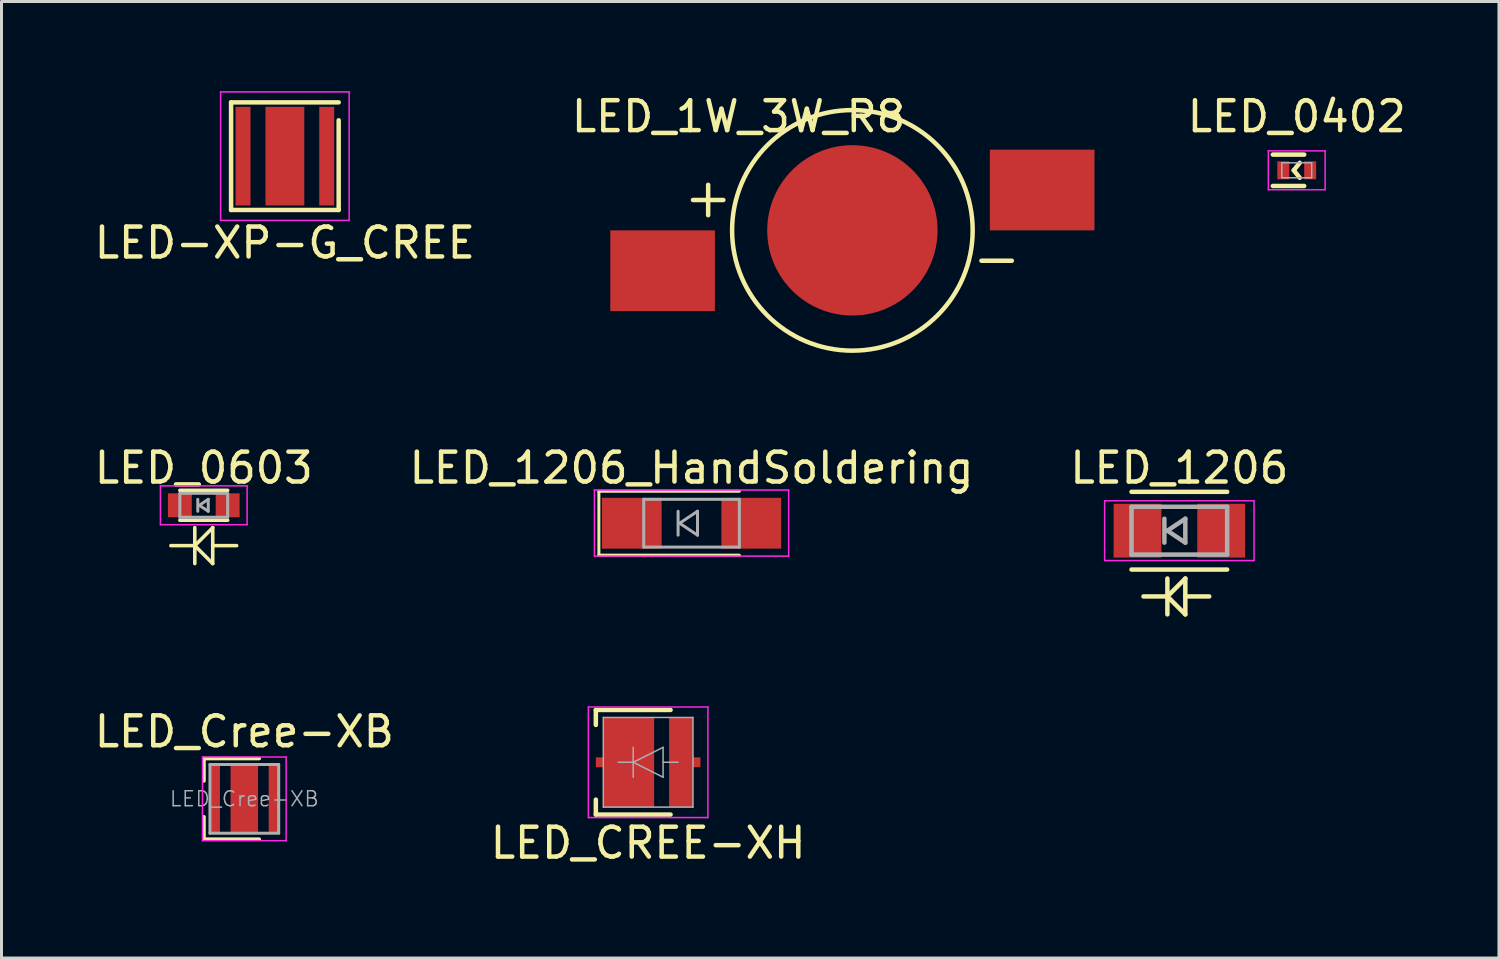
<source format=kicad_pcb>
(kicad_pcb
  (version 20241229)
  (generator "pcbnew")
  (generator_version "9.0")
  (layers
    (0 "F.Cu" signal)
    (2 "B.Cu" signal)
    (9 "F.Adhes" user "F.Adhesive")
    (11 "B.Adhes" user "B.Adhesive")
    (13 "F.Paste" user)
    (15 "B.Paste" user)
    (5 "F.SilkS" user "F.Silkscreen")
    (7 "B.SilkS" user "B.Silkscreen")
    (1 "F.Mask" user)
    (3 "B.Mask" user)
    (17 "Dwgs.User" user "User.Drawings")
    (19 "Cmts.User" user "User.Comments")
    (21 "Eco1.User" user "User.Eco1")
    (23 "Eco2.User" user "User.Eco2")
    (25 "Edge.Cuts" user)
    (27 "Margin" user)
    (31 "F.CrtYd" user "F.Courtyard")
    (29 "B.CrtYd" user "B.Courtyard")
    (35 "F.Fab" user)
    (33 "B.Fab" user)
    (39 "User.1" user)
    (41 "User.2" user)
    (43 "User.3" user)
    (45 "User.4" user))
  (footprint "LED_1W_3W_R8"
    (layer "F.Cu")
    (at 25.471 4.658)
    (property "Reference" "LED_1W_3W_R8" (at -3.81 -3.81 0) (layer "F.SilkS") (effects (font (size 1 1) (thickness 0.15))))
    (attr through_hole)
    (fp_line (start -5.334 -1.016) (end -4.318 -1.016) (stroke (width 0.15) (type solid)) (layer "F.SilkS"))
    (fp_line (start -4.826 -0.508) (end -4.826 -1.524) (stroke (width 0.15) (type solid)) (layer "F.SilkS"))
    (fp_line (start 4.318 1.016) (end 5.334 1.016) (stroke (width 0.15) (type solid)) (layer "F.SilkS"))
    (fp_circle (center 0 0) (end 4.025 0) (stroke (width 0.15) (type solid)) (fill no) (layer "F.SilkS"))
    (pad "1" smd rect (at 6.35 -1.35) (size 3.5 2.7) (layers "F.Cu" "F.Mask" "F.Paste"))
    (pad "2" smd rect (at -6.35 1.35) (size 3.5 2.7) (layers "F.Cu" "F.Mask" "F.Paste"))
    (pad "3" smd circle (at 0 0) (size 5.7 5.7) (layers "F.Cu" "F.Mask" "F.Paste")))
  (footprint "LED_1206_HandSoldering"
    (layer "F.Cu")
    (at 20.089 14.457)
    (property "Reference" "LED_1206_HandSoldering" (at 0 -1.85 0) (layer "F.SilkS") (effects (font (size 1 1) (thickness 0.15))))
    (attr smd)
    (fp_line (start -3.1 -1.07) (end -3.1 1.07) (stroke (width 0.1) (type solid)) (layer "F.SilkS"))
    (fp_line (start -3.1 -1.07) (end 1.6 -1.07) (stroke (width 0.1) (type solid)) (layer "F.SilkS"))
    (fp_line (start -3.1 1.07) (end 1.6 1.07) (stroke (width 0.1) (type solid)) (layer "F.SilkS"))
    (fp_line (start -3.25 -1.11) (end -3.25 1.1) (stroke (width 0.05) (type solid)) (layer "F.CrtYd"))
    (fp_line (start -3.25 -1.11) (end 3.25 -1.11) (stroke (width 0.05) (type solid)) (layer "F.CrtYd"))
    (fp_line (start 3.25 1.1) (end -3.25 1.1) (stroke (width 0.05) (type solid)) (layer "F.CrtYd"))
    (fp_line (start 3.25 1.1) (end 3.25 -1.11) (stroke (width 0.05) (type solid)) (layer "F.CrtYd"))
    (fp_line (start -1.6 -0.8) (end 1.6 -0.8) (stroke (width 0.1) (type solid)) (layer "F.Fab"))
    (fp_line (start -1.6 0.8) (end -1.6 -0.8) (stroke (width 0.1) (type solid)) (layer "F.Fab"))
    (fp_line (start -0.45 -0.4) (end -0.45 0.4) (stroke (width 0.1) (type solid)) (layer "F.Fab"))
    (fp_line (start -0.4 0) (end 0.2 -0.4) (stroke (width 0.1) (type solid)) (layer "F.Fab"))
    (fp_line (start 0.2 -0.4) (end 0.2 0.4) (stroke (width 0.1) (type solid)) (layer "F.Fab"))
    (fp_line (start 0.2 0.4) (end -0.4 0) (stroke (width 0.1) (type solid)) (layer "F.Fab"))
    (fp_line (start 1.6 -0.8) (end 1.6 0.8) (stroke (width 0.1) (type solid)) (layer "F.Fab"))
    (fp_line (start 1.6 0.8) (end -1.6 0.8) (stroke (width 0.1) (type solid)) (layer "F.Fab"))
    (pad "1" smd rect (at -2 0) (size 2 1.7) (layers "F.Cu" "F.Mask" "F.Paste"))
    (pad "2" smd rect (at 2 0) (size 2 1.7) (layers "F.Cu" "F.Mask" "F.Paste")))
  (footprint "LED_0402"
    (layer "F.Cu")
    (at 40.339 2.648)
    (property "Reference" "LED_0402" (at 0 -1.8 0) (layer "F.SilkS") (effects (font (size 1 1) (thickness 0.15))))
    (attr smd)
    (fp_line (start -0.1 0) (end 0.1 0.25) (stroke (width 0.15) (type solid)) (layer "F.SilkS"))
    (fp_line (start 0.1 -0.25) (end -0.1 0) (stroke (width 0.15) (type solid)) (layer "F.SilkS"))
    (fp_line (start 0.25 -0.525) (end -0.8 -0.525) (stroke (width 0.15) (type solid)) (layer "F.SilkS"))
    (fp_line (start 0.25 0.525) (end -0.8 0.525) (stroke (width 0.15) (type solid)) (layer "F.SilkS"))
    (fp_line (start -0.95 -0.65) (end -0.95 0.65) (stroke (width 0.05) (type solid)) (layer "F.CrtYd"))
    (fp_line (start -0.95 -0.65) (end 0.95 -0.65) (stroke (width 0.05) (type solid)) (layer "F.CrtYd"))
    (fp_line (start -0.95 0.65) (end 0.95 0.65) (stroke (width 0.05) (type solid)) (layer "F.CrtYd"))
    (fp_line (start 0.95 -0.65) (end 0.95 0.65) (stroke (width 0.05) (type solid)) (layer "F.CrtYd"))
    (fp_line (start -0.5 -0.25) (end 0.5 -0.25) (stroke (width 0.05) (type solid)) (layer "F.Fab"))
    (fp_line (start -0.5 0.25) (end -0.5 -0.25) (stroke (width 0.05) (type solid)) (layer "F.Fab"))
    (fp_line (start 0.5 -0.25) (end 0.5 0.25) (stroke (width 0.05) (type solid)) (layer "F.Fab"))
    (fp_line (start 0.5 0.25) (end -0.5 0.25) (stroke (width 0.05) (type solid)) (layer "F.Fab"))
    (pad "1" smd rect (at -0.45 0) (size 0.4 0.6) (layers "F.Cu" "F.Mask" "F.Paste"))
    (pad "2" smd rect (at 0.45 0) (size 0.4 0.6) (layers "F.Cu" "F.Mask" "F.Paste")))
  (footprint "LED_0603"
    (layer "F.Cu")
    (at 3.768 13.857)
    (property "Reference" "LED_0603" (at 0 -1.25 0) (layer "F.SilkS") (effects (font (size 1 1) (thickness 0.15))))
    (attr smd)
    (fp_line (start -0.8 -0.5) (end 0.8 -0.5) (stroke (width 0.12) (type solid)) (layer "F.SilkS"))
    (fp_line (start -0.8 0.5) (end 0.8 0.5) (stroke (width 0.12) (type solid)) (layer "F.SilkS"))
    (fp_line (start -0.3 0.75) (end -0.3 1.95) (stroke (width 0.12) (type solid)) (layer "F.SilkS"))
    (fp_line (start -0.3 1.35) (end -1.1 1.35) (stroke (width 0.12) (type solid)) (layer "F.SilkS"))
    (fp_line (start -0.3 1.35) (end 0.3 1.95) (stroke (width 0.12) (type solid)) (layer "F.SilkS"))
    (fp_line (start 0.3 0.75) (end -0.3 1.35) (stroke (width 0.12) (type solid)) (layer "F.SilkS"))
    (fp_line (start 0.3 1.35) (end 1.1 1.35) (stroke (width 0.12) (type solid)) (layer "F.SilkS"))
    (fp_line (start 0.3 1.95) (end 0.3 0.75) (stroke (width 0.12) (type solid)) (layer "F.SilkS"))
    (fp_line (start -1.45 -0.65) (end 1.45 -0.65) (stroke (width 0.05) (type solid)) (layer "F.CrtYd"))
    (fp_line (start -1.45 0.65) (end -1.45 -0.65) (stroke (width 0.05) (type solid)) (layer "F.CrtYd"))
    (fp_line (start 1.45 -0.65) (end 1.45 0.65) (stroke (width 0.05) (type solid)) (layer "F.CrtYd"))
    (fp_line (start 1.45 0.65) (end -1.45 0.65) (stroke (width 0.05) (type solid)) (layer "F.CrtYd"))
    (fp_line (start -0.8 -0.4) (end 0.8 -0.4) (stroke (width 0.1) (type solid)) (layer "F.Fab"))
    (fp_line (start -0.8 0.4) (end -0.8 -0.4) (stroke (width 0.1) (type solid)) (layer "F.Fab"))
    (fp_line (start -0.2 -0.2) (end -0.2 0.2) (stroke (width 0.1) (type solid)) (layer "F.Fab"))
    (fp_line (start -0.15 0) (end 0.15 -0.2) (stroke (width 0.1) (type solid)) (layer "F.Fab"))
    (fp_line (start 0.15 -0.2) (end 0.15 0.2) (stroke (width 0.1) (type solid)) (layer "F.Fab"))
    (fp_line (start 0.15 0.2) (end -0.15 0) (stroke (width 0.1) (type solid)) (layer "F.Fab"))
    (fp_line (start 0.8 -0.4) (end 0.8 0.4) (stroke (width 0.1) (type solid)) (layer "F.Fab"))
    (fp_line (start 0.8 0.4) (end -0.8 0.4) (stroke (width 0.1) (type solid)) (layer "F.Fab"))
    (pad "1" smd rect (at -0.8 0 180) (size 0.8 0.8) (layers "F.Cu" "F.Mask" "F.Paste"))
    (pad "2" smd rect (at 0.8 0 180) (size 0.8 0.8) (layers "F.Cu" "F.Mask" "F.Paste")))
  (footprint "LED-XP-G_CREE"
    (layer "F.Cu")
    (at 6.482 2.175)
    (property "Reference" "LED-XP-G_CREE" (at 0 2.9 0) (layer "F.SilkS") (effects (font (size 1 1) (thickness 0.15))))
    (attr through_hole)
    (fp_line (start -1.8 -1.8) (end 1.8 -1.8) (stroke (width 0.15) (type solid)) (layer "F.SilkS"))
    (fp_line (start -1.8 1.8) (end -1.8 -1.8) (stroke (width 0.15) (type solid)) (layer "F.SilkS"))
    (fp_line (start 1.8 -1.2) (end 1.8 1.8) (stroke (width 0.15) (type solid)) (layer "F.SilkS"))
    (fp_line (start 1.8 1.8) (end -1.8 1.8) (stroke (width 0.15) (type solid)) (layer "F.SilkS"))
    (fp_line (start -2.15 -2.15) (end 2.15 -2.15) (stroke (width 0.05) (type solid)) (layer "F.CrtYd"))
    (fp_line (start -2.15 2.15) (end -2.15 -2.15) (stroke (width 0.05) (type solid)) (layer "F.CrtYd"))
    (fp_line (start 2.15 -2.15) (end 2.15 2.15) (stroke (width 0.05) (type solid)) (layer "F.CrtYd"))
    (fp_line (start 2.15 2.15) (end -2.15 2.15) (stroke (width 0.05) (type solid)) (layer "F.CrtYd"))
    (pad "1" smd rect (at -1.4 0) (size 0.5 3.3) (layers "F.Cu" "F.Mask" "F.Paste"))
    (pad "2" smd rect (at 1.4 0) (size 0.5 3.3) (layers "F.Cu" "F.Mask" "F.Paste"))
    (pad "3" smd rect (at 0 0) (size 1.3 3.3) (layers "F.Cu" "F.Mask" "F.Paste")))
  (footprint "LED_Cree-XB"
    (layer "F.Cu")
    (at 5.125 23.68)
    (property "Reference" "LED_Cree-XB" (at 0 -2.25 0) (layer "F.SilkS") (effects (font (size 1 1) (thickness 0.15))))
    (attr smd)
    (fp_line (start -1.35 -1.35) (end -1.35 -0.6) (stroke (width 0.12) (type solid)) (layer "F.SilkS"))
    (fp_line (start -1.35 1.35) (end -1.35 0.6) (stroke (width 0.12) (type solid)) (layer "F.SilkS"))
    (fp_line (start 0.5 -1.35) (end -1.35 -1.35) (stroke (width 0.12) (type solid)) (layer "F.SilkS"))
    (fp_line (start 0.5 1.35) (end -1.35 1.35) (stroke (width 0.12) (type solid)) (layer "F.SilkS"))
    (fp_line (start -1.4 -1.4) (end 1.4 -1.4) (stroke (width 0.05) (type solid)) (layer "F.CrtYd"))
    (fp_line (start -1.4 1.4) (end -1.4 -1.4) (stroke (width 0.05) (type solid)) (layer "F.CrtYd"))
    (fp_line (start 1.4 -1.4) (end 1.4 1.4) (stroke (width 0.05) (type solid)) (layer "F.CrtYd"))
    (fp_line (start 1.4 1.4) (end -1.4 1.4) (stroke (width 0.05) (type solid)) (layer "F.CrtYd"))
    (fp_line (start -1.15 -1.15) (end 1.15 -1.15) (stroke (width 0.1) (type solid)) (layer "F.Fab"))
    (fp_line (start -1.15 1.15) (end -1.15 -1.15) (stroke (width 0.1) (type solid)) (layer "F.Fab"))
    (fp_line (start 1.15 -1.15) (end 1.15 1.15) (stroke (width 0.1) (type solid)) (layer "F.Fab"))
    (fp_line (start 1.15 1.15) (end -1.15 1.15) (stroke (width 0.1) (type solid)) (layer "F.Fab"))
    (fp_text user "${REFERENCE}" (at 0 0 0) (layer "F.Fab") (effects (font (size 0.5 0.5) (thickness 0.05))))
    (pad "1" smd rect (at -0.98 0) (size 0.33 2.29) (layers "F.Cu" "F.Mask" "F.Paste"))
    (pad "2" smd rect (at 0.98 0) (size 0.33 2.29) (layers "F.Cu" "F.Mask" "F.Paste"))
    (pad "3" smd rect (at 0 -0.55) (size 0.85 0.85) (layers "F.Cu" "F.Mask" "F.Paste"))
    (pad "3" smd rect (at 0 0) (size 0.92 2.29) (layers "F.Cu" "F.Mask"))
    (pad "3" smd rect (at 0 0.55) (size 0.85 0.85) (layers "F.Cu" "F.Mask" "F.Paste")))
  (footprint "LED_1206"
    (layer "F.Cu")
    (at 36.411 14.707)
    (property "Reference" "LED_1206" (at 0 -2.1 0) (layer "F.SilkS") (effects (font (size 1 1) (thickness 0.15))))
    (attr smd)
    (fp_line (start -1.6 -1.3) (end 1.6 -1.3) (stroke (width 0.15) (type solid)) (layer "F.SilkS"))
    (fp_line (start -1.6 1.3) (end 1.6 1.3) (stroke (width 0.15) (type solid)) (layer "F.SilkS"))
    (fp_line (start -0.4 1.6) (end -0.4 2.8) (stroke (width 0.15) (type solid)) (layer "F.SilkS"))
    (fp_line (start -0.4 2.2) (end -1.2 2.2) (stroke (width 0.15) (type solid)) (layer "F.SilkS"))
    (fp_line (start -0.4 2.2) (end 0.2 2.8) (stroke (width 0.15) (type solid)) (layer "F.SilkS"))
    (fp_line (start 0.2 1.6) (end -0.4 2.2) (stroke (width 0.15) (type solid)) (layer "F.SilkS"))
    (fp_line (start 0.2 2.2) (end 1 2.2) (stroke (width 0.15) (type solid)) (layer "F.SilkS"))
    (fp_line (start 0.2 2.8) (end 0.2 1.6) (stroke (width 0.15) (type solid)) (layer "F.SilkS"))
    (fp_line (start -2.5 -1) (end 2.5 -1) (stroke (width 0.05) (type solid)) (layer "F.CrtYd"))
    (fp_line (start -2.5 1) (end -2.5 -1) (stroke (width 0.05) (type solid)) (layer "F.CrtYd"))
    (fp_line (start 2.5 -1) (end 2.5 1) (stroke (width 0.05) (type solid)) (layer "F.CrtYd"))
    (fp_line (start 2.5 1) (end -2.5 1) (stroke (width 0.05) (type solid)) (layer "F.CrtYd"))
    (fp_line (start -1.6 -0.8) (end 1.6 -0.8) (stroke (width 0.15) (type solid)) (layer "F.Fab"))
    (fp_line (start -1.6 0.8) (end -1.6 -0.8) (stroke (width 0.15) (type solid)) (layer "F.Fab"))
    (fp_line (start -0.5 -0.4) (end -0.5 0.4) (stroke (width 0.15) (type solid)) (layer "F.Fab"))
    (fp_line (start -0.4 0) (end 0.2 -0.4) (stroke (width 0.15) (type solid)) (layer "F.Fab"))
    (fp_line (start 0.2 -0.4) (end 0.2 0.4) (stroke (width 0.15) (type solid)) (layer "F.Fab"))
    (fp_line (start 0.2 0.4) (end -0.4 0) (stroke (width 0.15) (type solid)) (layer "F.Fab"))
    (fp_line (start 1.6 -0.8) (end 1.6 0.8) (stroke (width 0.15) (type solid)) (layer "F.Fab"))
    (fp_line (start 1.6 0.8) (end -1.6 0.8) (stroke (width 0.15) (type solid)) (layer "F.Fab"))
    (pad "1" smd rect (at -1.4 0 180) (size 1.6 1.8) (layers "F.Cu" "F.Mask" "F.Paste"))
    (pad "2" smd rect (at 1.4 0 180) (size 1.6 1.8) (layers "F.Cu" "F.Mask" "F.Paste")))
  (footprint "LED_CREE-XH"
    (layer "F.Cu")
    (at 18.637 22.456)
    (property "Reference" "LED_CREE-XH" (at 0 2.7 0) (layer "F.SilkS") (effects (font (size 1 1) (thickness 0.15))))
    (attr smd)
    (fp_line (start -1.75 -1.75) (end -1.75 -1.25) (stroke (width 0.15) (type solid)) (layer "F.SilkS"))
    (fp_line (start -1.75 1.25) (end -1.75 1.75) (stroke (width 0.15) (type solid)) (layer "F.SilkS"))
    (fp_line (start -1.75 1.75) (end 0.75 1.75) (stroke (width 0.15) (type solid)) (layer "F.SilkS"))
    (fp_line (start 0.75 -1.75) (end -1.75 -1.75) (stroke (width 0.15) (type solid)) (layer "F.SilkS"))
    (fp_line (start -2 -1.85) (end -2 1.85) (stroke (width 0.05) (type solid)) (layer "F.CrtYd"))
    (fp_line (start -2 1.85) (end 2 1.85) (stroke (width 0.05) (type solid)) (layer "F.CrtYd"))
    (fp_line (start 2 -1.85) (end -2 -1.85) (stroke (width 0.05) (type solid)) (layer "F.CrtYd"))
    (fp_line (start 2 1.85) (end 2 -1.85) (stroke (width 0.05) (type solid)) (layer "F.CrtYd"))
    (fp_line (start -1.5 -1.5) (end 1.5 -1.5) (stroke (width 0.05) (type solid)) (layer "F.Fab"))
    (fp_line (start -1.5 1.5) (end -1.5 -1.5) (stroke (width 0.05) (type solid)) (layer "F.Fab"))
    (fp_line (start -1 0) (end -0.5 0) (stroke (width 0.05) (type solid)) (layer "F.Fab"))
    (fp_line (start -0.5 -0.5) (end -0.5 0.5) (stroke (width 0.05) (type solid)) (layer "F.Fab"))
    (fp_line (start -0.5 0) (end 0.5 -0.5) (stroke (width 0.05) (type solid)) (layer "F.Fab"))
    (fp_line (start 0.5 -0.5) (end 0.5 0.5) (stroke (width 0.05) (type solid)) (layer "F.Fab"))
    (fp_line (start 0.5 0.5) (end -0.5 0) (stroke (width 0.05) (type solid)) (layer "F.Fab"))
    (fp_line (start 1 0) (end 0.5 0) (stroke (width 0.05) (type solid)) (layer "F.Fab"))
    (fp_line (start 1.5 -1.5) (end 1.5 1.5) (stroke (width 0.05) (type solid)) (layer "F.Fab"))
    (fp_line (start 1.5 1.5) (end -1.5 1.5) (stroke (width 0.05) (type solid)) (layer "F.Fab"))
    (pad "1" smd rect (at -1.5 0) (size 0.5 0.33) (layers "F.Cu" "F.Mask"))
    (pad "1" smd rect (at -0.65 -0.75) (size 1.35 1.2) (layers "F.Cu" "F.Mask" "F.Paste"))
    (pad "1" smd rect (at -0.65 0) (size 1.7 3) (layers "F.Cu" "F.Mask"))
    (pad "1" smd rect (at -0.65 0.75) (size 1.35 1.2) (layers "F.Cu" "F.Mask" "F.Paste"))
    (pad "2" smd rect (at 1.1 -0.75) (size 0.7 1.2) (layers "F.Cu" "F.Mask" "F.Paste"))
    (pad "2" smd rect (at 1.1 0) (size 0.8 3) (layers "F.Cu" "F.Mask"))
    (pad "2" smd rect (at 1.1 0.75) (size 0.7 1.2) (layers "F.Cu" "F.Mask" "F.Paste"))
    (pad "2" smd rect (at 1.5 0) (size 0.5 0.33) (layers "F.Cu" "F.Mask")))
  (gr_rect
    (start -3 -3)
    (end 47.106 29.005)
    (stroke (width 0.1) (type default))
    (fill no)
    (layer "Edge.Cuts")))
</source>
